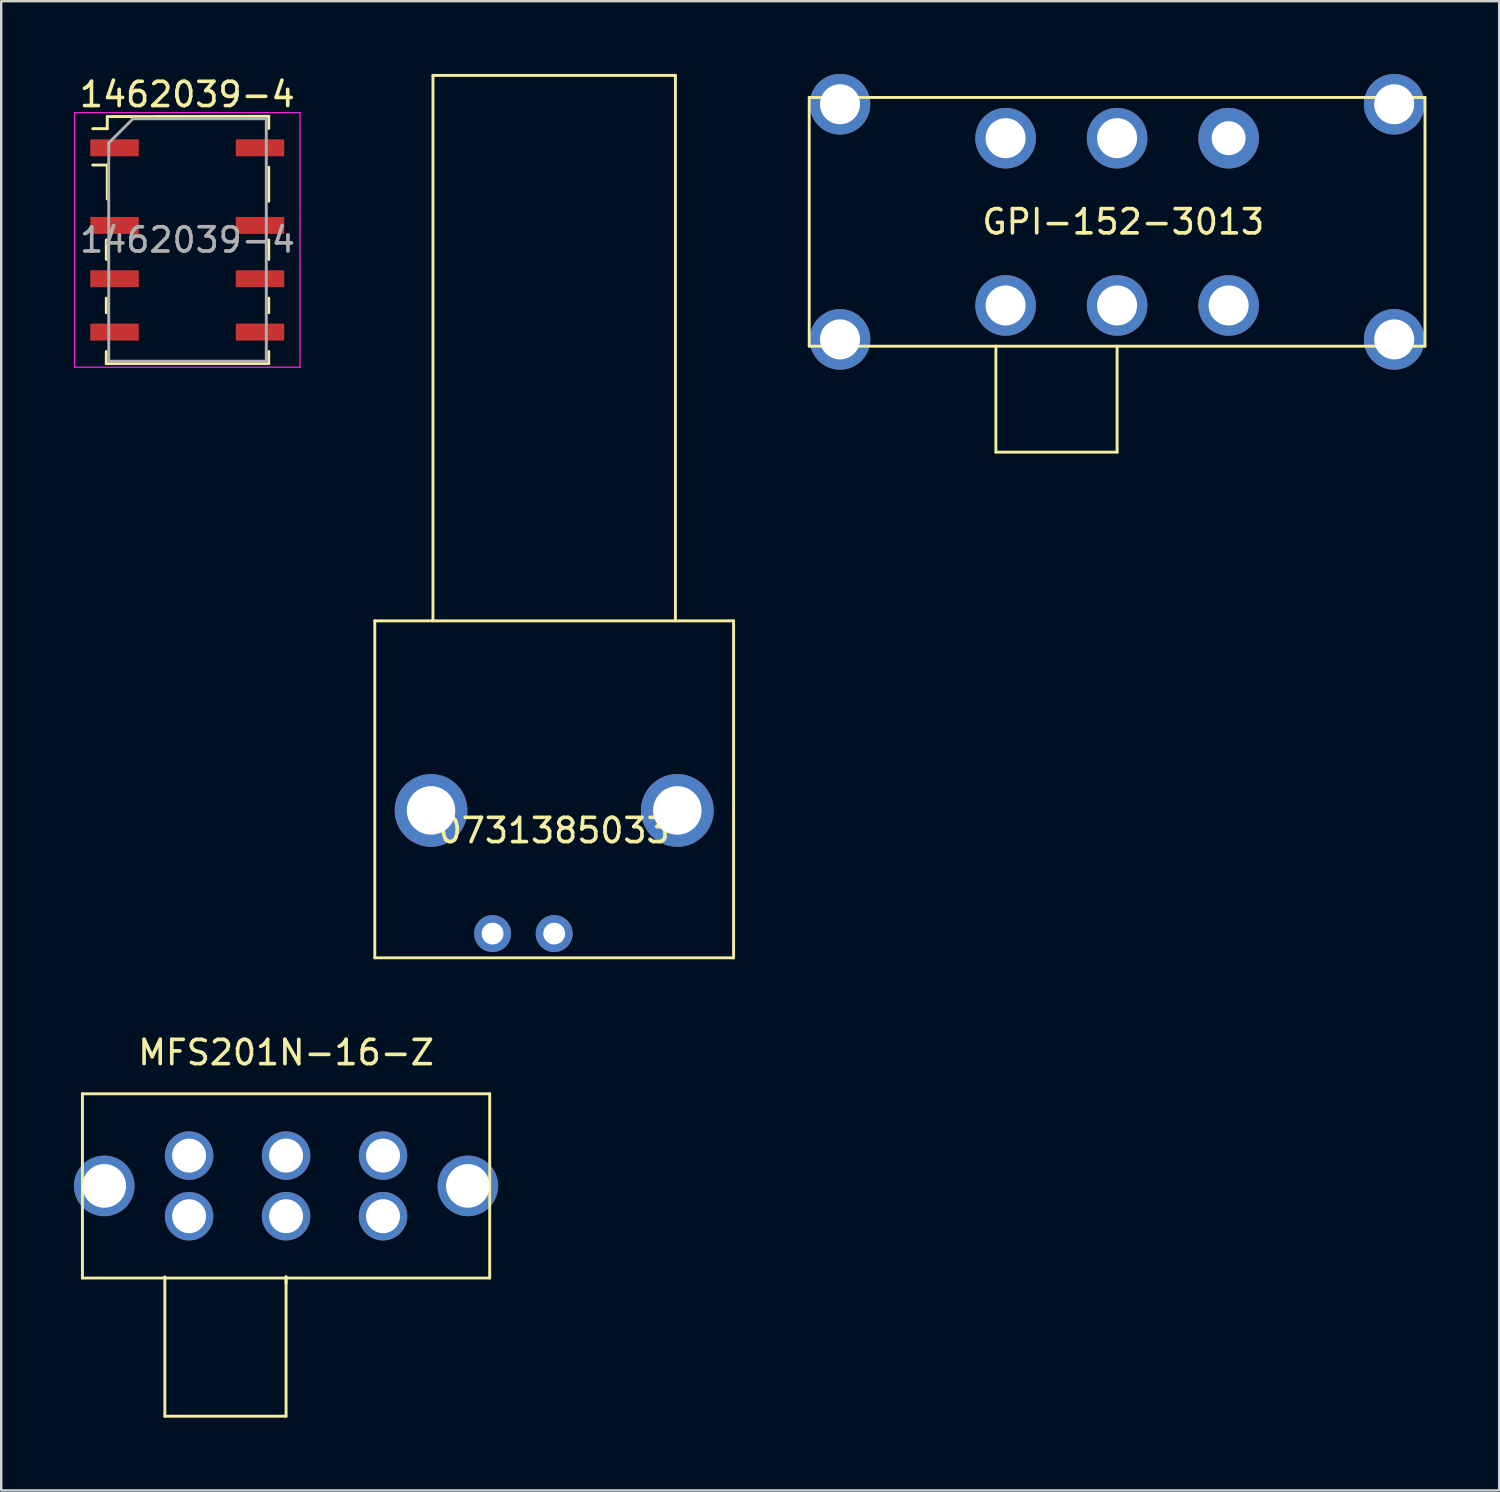
<source format=kicad_pcb>
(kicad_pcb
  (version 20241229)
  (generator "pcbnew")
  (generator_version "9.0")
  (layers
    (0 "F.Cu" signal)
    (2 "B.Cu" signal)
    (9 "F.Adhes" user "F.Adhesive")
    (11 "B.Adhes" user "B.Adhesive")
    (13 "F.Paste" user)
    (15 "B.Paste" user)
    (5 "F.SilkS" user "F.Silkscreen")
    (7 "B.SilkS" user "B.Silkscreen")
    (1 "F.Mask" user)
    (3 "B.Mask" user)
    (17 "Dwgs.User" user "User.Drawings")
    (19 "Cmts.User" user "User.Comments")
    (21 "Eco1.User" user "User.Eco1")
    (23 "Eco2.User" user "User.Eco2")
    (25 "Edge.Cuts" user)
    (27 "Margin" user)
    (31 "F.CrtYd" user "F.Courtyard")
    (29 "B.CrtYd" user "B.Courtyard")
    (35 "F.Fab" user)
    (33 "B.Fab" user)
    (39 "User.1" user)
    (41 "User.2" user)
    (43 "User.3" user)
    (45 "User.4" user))
  (footprint "MFS201N-16-Z"
    (layer "F.Cu")
    (at 8.75 45.868)
    (property "Reference" "MFS201N-16-Z" (at 0 -5.5 0) (layer "F.SilkS") (effects (font (size 1 1) (thickness 0.15))))
    (attr through_hole)
    (fp_line (start -8.4 -3.8) (end 8.4 -3.8) (stroke (width 0.12) (type solid)) (layer "F.SilkS"))
    (fp_line (start -8.4 3.8) (end -8.4 -3.8) (stroke (width 0.12) (type solid)) (layer "F.SilkS"))
    (fp_line (start -5 3.75) (end -5 9.5) (stroke (width 0.12) (type solid)) (layer "F.SilkS"))
    (fp_line (start -5 9.5) (end 0 9.5) (stroke (width 0.12) (type solid)) (layer "F.SilkS"))
    (fp_line (start 0 3.75) (end 0 4) (stroke (width 0.12) (type solid)) (layer "F.SilkS"))
    (fp_line (start 0 9.5) (end 0 3.75) (stroke (width 0.12) (type solid)) (layer "F.SilkS"))
    (fp_line (start 8.4 -3.8) (end 8.4 3.8) (stroke (width 0.12) (type solid)) (layer "F.SilkS"))
    (fp_line (start 8.4 3.8) (end -8.4 3.8) (stroke (width 0.12) (type solid)) (layer "F.SilkS"))
    (pad "1" thru_hole circle (at -4 1.25) (size 2 2) (drill 1.4) (layers "*.Cu" "*.Mask"))
    (pad "2" thru_hole circle (at 0 1.25) (size 2 2) (drill 1.4) (layers "*.Cu" "*.Mask"))
    (pad "3" thru_hole circle (at 4 1.25) (size 2 2) (drill 1.4) (layers "*.Cu" "*.Mask"))
    (pad "4" thru_hole circle (at -4 -1.25) (size 2 2) (drill 1.4) (layers "*.Cu" "*.Mask"))
    (pad "5" thru_hole circle (at 0 -1.25) (size 2 2) (drill 1.4) (layers "*.Cu" "*.Mask"))
    (pad "6" thru_hole circle (at 4 -1.25) (size 2 2) (drill 1.4) (layers "*.Cu" "*.Mask"))
    (pad "7" thru_hole circle (at -7.5 0) (size 2.5 2.5) (drill 1.8) (layers "*.Cu" "*.Mask"))
    (pad "7" thru_hole circle (at 7.5 0) (size 2.5 2.5) (drill 1.8) (layers "*.Cu" "*.Mask")))
  (footprint "0731385033"
    (layer "F.Cu")
    (at 19.81 35.46)
    (property "Reference" "0731385033" (at 0 -4.25 0) (layer "F.SilkS") (effects (font (size 1 1) (thickness 0.15))))
    (attr through_hole)
    (fp_line (start -7.4 -12.9) (end -7.4 1) (stroke (width 0.12) (type solid)) (layer "F.SilkS"))
    (fp_line (start -7.4 1) (end 7.4 1) (stroke (width 0.12) (type solid)) (layer "F.SilkS"))
    (fp_line (start -5 -35.4) (end 5 -35.4) (stroke (width 0.12) (type solid)) (layer "F.SilkS"))
    (fp_line (start -5 -12.9) (end -5 -35.4) (stroke (width 0.12) (type solid)) (layer "F.SilkS"))
    (fp_line (start 5 -35.4) (end 5 -12.9) (stroke (width 0.12) (type solid)) (layer "F.SilkS"))
    (fp_line (start 7.4 -12.9) (end -7.4 -12.9) (stroke (width 0.12) (type solid)) (layer "F.SilkS"))
    (fp_line (start 7.4 1) (end 7.4 -12.9) (stroke (width 0.12) (type solid)) (layer "F.SilkS"))
    (pad "1" thru_hole circle (at 0 0) (size 1.524 1.524) (drill 0.9) (layers "*.Cu" "*.Mask"))
    (pad "2" thru_hole circle (at -5.08 -5.08) (size 3 3) (drill 2) (layers "*.Cu" "*.Mask"))
    (pad "2" thru_hole circle (at -2.54 0) (size 1.524 1.524) (drill 0.9) (layers "*.Cu" "*.Mask"))
    (pad "2" thru_hole circle (at 5.08 -5.08) (size 3 3) (drill 2) (layers "*.Cu" "*.Mask")))
  (footprint "1462039-4"
    (layer "F.Cu")
    (at 4.675 6.848)
    (property "Reference" "1462039-4" (at 0 -6 0) (layer "F.SilkS") (effects (font (size 1 1) (thickness 0.15))))
    (attr smd)
    (fp_line (start -3.34 0.8) (end -3.34 0) (stroke (width 0.12) (type solid)) (layer "F.SilkS"))
    (fp_line (start -3.34 3) (end -3.34 2.4) (stroke (width 0.12) (type solid)) (layer "F.SilkS"))
    (fp_line (start -3.34 5.1) (end -3.34 4.6) (stroke (width 0.12) (type solid)) (layer "F.SilkS"))
    (fp_line (start -3.3 -5.09) (end -3.3 -4.59) (stroke (width 0.12) (type solid)) (layer "F.SilkS"))
    (fp_line (start -3.3 -5.09) (end 3.36 -5.1) (stroke (width 0.12) (type solid)) (layer "F.SilkS"))
    (fp_line (start -3.3 -4.59) (end -3.9 -4.59) (stroke (width 0.12) (type solid)) (layer "F.SilkS"))
    (fp_line (start -3.3 -3.09) (end -3.9 -3.09) (stroke (width 0.12) (type solid)) (layer "F.SilkS"))
    (fp_line (start -3.3 -1.69) (end -3.3 -3.09) (stroke (width 0.12) (type solid)) (layer "F.SilkS"))
    (fp_line (start 3.36 -5.1) (end 3.36 -4.6) (stroke (width 0.12) (type solid)) (layer "F.SilkS"))
    (fp_line (start 3.36 -3) (end 3.36 -1.6) (stroke (width 0.12) (type solid)) (layer "F.SilkS"))
    (fp_line (start 3.36 0) (end 3.36 0.8) (stroke (width 0.12) (type solid)) (layer "F.SilkS"))
    (fp_line (start 3.36 2.4) (end 3.36 3) (stroke (width 0.12) (type solid)) (layer "F.SilkS"))
    (fp_line (start 3.36 4.6) (end 3.36 5.1) (stroke (width 0.12) (type solid)) (layer "F.SilkS"))
    (fp_line (start 3.36 5.1) (end -3.34 5.1) (stroke (width 0.12) (type solid)) (layer "F.SilkS"))
    (fp_line (start -4.65 -5.25) (end -4.65 5.25) (stroke (width 0.05) (type solid)) (layer "F.CrtYd"))
    (fp_line (start -4.65 -5.25) (end 4.65 -5.25) (stroke (width 0.05) (type solid)) (layer "F.CrtYd"))
    (fp_line (start 4.65 5.25) (end -4.65 5.25) (stroke (width 0.05) (type solid)) (layer "F.CrtYd"))
    (fp_line (start 4.65 5.25) (end 4.65 -5.25) (stroke (width 0.05) (type solid)) (layer "F.CrtYd"))
    (fp_line (start -3.24 -4) (end -2.24 -5) (stroke (width 0.12) (type solid)) (layer "F.Fab"))
    (fp_line (start -3.24 5) (end -3.24 -4) (stroke (width 0.12) (type solid)) (layer "F.Fab"))
    (fp_line (start -2.24 -5) (end 3.26 -5) (stroke (width 0.12) (type solid)) (layer "F.Fab"))
    (fp_line (start 3.26 -5) (end 3.26 5) (stroke (width 0.12) (type solid)) (layer "F.Fab"))
    (fp_line (start 3.26 5) (end -3.24 5) (stroke (width 0.12) (type solid)) (layer "F.Fab"))
    (fp_text user "${REFERENCE}" (at 0.01 0 0) (layer "F.Fab") (effects (font (size 1 1) (thickness 0.15))))
    (pad "1" smd rect (at -3 -3.8) (size 2 0.7) (layers "F.Cu" "F.Mask" "F.Paste"))
    (pad "2" smd rect (at -3 -0.6) (size 2 0.7) (layers "F.Cu" "F.Mask" "F.Paste"))
    (pad "3" smd rect (at -3 1.6) (size 2 0.7) (layers "F.Cu" "F.Mask" "F.Paste"))
    (pad "4" smd rect (at -3 3.8) (size 2 0.7) (layers "F.Cu" "F.Mask" "F.Paste"))
    (pad "5" smd rect (at 3 3.8) (size 2 0.7) (layers "F.Cu" "F.Mask" "F.Paste"))
    (pad "6" smd rect (at 3 1.6) (size 2 0.7) (layers "F.Cu" "F.Mask" "F.Paste"))
    (pad "7" smd rect (at 3 -0.6) (size 2 0.7) (layers "F.Cu" "F.Mask" "F.Paste"))
    (pad "8" smd rect (at 3 -3.8) (size 2 0.7) (layers "F.Cu" "F.Mask" "F.Paste")))
  (footprint "GPI-152-3013"
    (layer "F.Cu")
    (at 43.03 6.1)
    (property "Reference" "GPI-152-3013" (at 0.254 0 0) (layer "F.SilkS") (effects (font (size 1 1) (thickness 0.15))))
    (attr through_hole)
    (fp_line (start -12.7 -5.13) (end 12.7 -5.13) (stroke (width 0.12) (type solid)) (layer "F.SilkS"))
    (fp_line (start -12.7 5.13) (end -12.7 -5.13) (stroke (width 0.12) (type solid)) (layer "F.SilkS"))
    (fp_line (start -5 5.13) (end -5 9.5) (stroke (width 0.12) (type solid)) (layer "F.SilkS"))
    (fp_line (start -5 9.5) (end 0 9.5) (stroke (width 0.12) (type solid)) (layer "F.SilkS"))
    (fp_line (start 0 9.5) (end 0 5.13) (stroke (width 0.12) (type solid)) (layer "F.SilkS"))
    (fp_line (start 12.7 -5.13) (end 12.7 5.13) (stroke (width 0.12) (type solid)) (layer "F.SilkS"))
    (fp_line (start 12.7 5.13) (end -12.7 5.13) (stroke (width 0.12) (type solid)) (layer "F.SilkS"))
    (pad "1" thru_hole circle (at -4.6 3.45) (size 2.5 2.5) (drill 1.65) (layers "*.Cu" "*.Mask"))
    (pad "2" thru_hole circle (at 0 3.45) (size 2.5 2.5) (drill 1.65) (layers "*.Cu" "*.Mask"))
    (pad "3" thru_hole circle (at 4.6 3.45) (size 2.5 2.5) (drill 1.65) (layers "*.Cu" "*.Mask"))
    (pad "4" thru_hole circle (at -4.6 -3.45) (size 2.5 2.5) (drill 1.65) (layers "*.Cu" "*.Mask"))
    (pad "5" thru_hole circle (at 0 -3.45) (size 2.5 2.5) (drill 1.65) (layers "*.Cu" "*.Mask"))
    (pad "6" thru_hole circle (at 4.6 -3.45) (size 2.5 2.5) (drill 1.4) (layers "*.Cu" "*.Mask"))
    (pad "7" thru_hole circle (at -11.43 -4.85) (size 2.5 2.5) (drill 1.65) (layers "*.Cu" "*.Mask"))
    (pad "7" thru_hole circle (at -11.43 4.85) (size 2.5 2.5) (drill 1.65) (layers "*.Cu" "*.Mask"))
    (pad "7" thru_hole circle (at 11.43 -4.85) (size 2.5 2.5) (drill 1.65) (layers "*.Cu" "*.Mask"))
    (pad "7" thru_hole circle (at 11.43 4.85) (size 2.5 2.5) (drill 1.65) (layers "*.Cu" "*.Mask")))
  (gr_rect
    (start -3 -3)
    (end 58.79 58.428)
    (stroke (width 0.1) (type default))
    (fill no)
    (layer "Edge.Cuts")))
</source>
